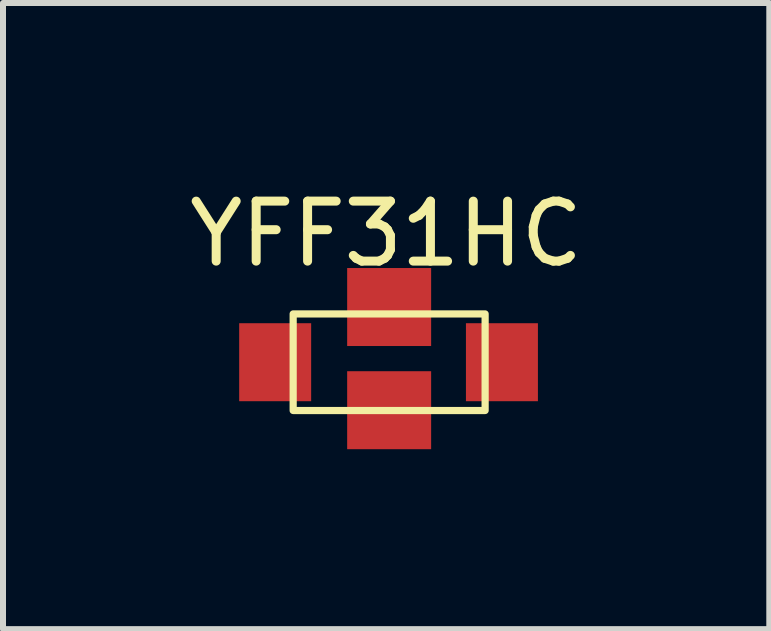
<source format=kicad_pcb>
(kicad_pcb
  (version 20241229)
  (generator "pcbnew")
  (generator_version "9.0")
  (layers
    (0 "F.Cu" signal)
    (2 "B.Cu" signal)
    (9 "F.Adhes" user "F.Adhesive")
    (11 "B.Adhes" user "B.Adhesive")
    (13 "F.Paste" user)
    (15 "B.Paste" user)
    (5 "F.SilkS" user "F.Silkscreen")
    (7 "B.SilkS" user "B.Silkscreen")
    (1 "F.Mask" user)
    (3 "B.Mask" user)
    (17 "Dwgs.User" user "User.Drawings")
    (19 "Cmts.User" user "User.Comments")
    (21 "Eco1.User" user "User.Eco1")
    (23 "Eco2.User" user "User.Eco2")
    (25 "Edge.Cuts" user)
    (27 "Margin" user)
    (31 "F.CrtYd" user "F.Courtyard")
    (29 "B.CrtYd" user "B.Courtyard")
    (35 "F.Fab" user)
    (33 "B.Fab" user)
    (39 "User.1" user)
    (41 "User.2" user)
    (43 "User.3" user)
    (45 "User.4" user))
  (footprint "YFF31HC"
    (layer "F.Cu")
    (at 3.397 2.928)
    (property "Reference" "YFF31HC" (at -0.01 -2.08 0) (unlocked yes) (layer "F.SilkS") (effects (font (size 1 1) (thickness 0.15))))
    (attr smd)
    (fp_rect (start -1.56 -0.745) (end 1.64 0.865) (stroke (width 0.12) (type solid)) (fill no) (layer "F.SilkS"))
    (pad "1" smd rect (at -1.86 0.06) (size 1.2 1.3) (layers "F.Cu" "F.Mask" "F.Paste"))
    (pad "2" smd rect (at 0.04 -0.86) (size 1.4 1.3) (layers "F.Cu" "F.Mask" "F.Paste"))
    (pad "2" smd rect (at 0.04 0.86) (size 1.4 1.3) (layers "F.Cu" "F.Mask" "F.Paste"))
    (pad "3" smd rect (at 1.92 0.06) (size 1.2 1.3) (layers "F.Cu" "F.Mask" "F.Paste")))
  (gr_rect
    (start -3 -3)
    (end 9.774 7.438)
    (stroke (width 0.1) (type default))
    (fill no)
    (layer "Edge.Cuts")))
</source>
